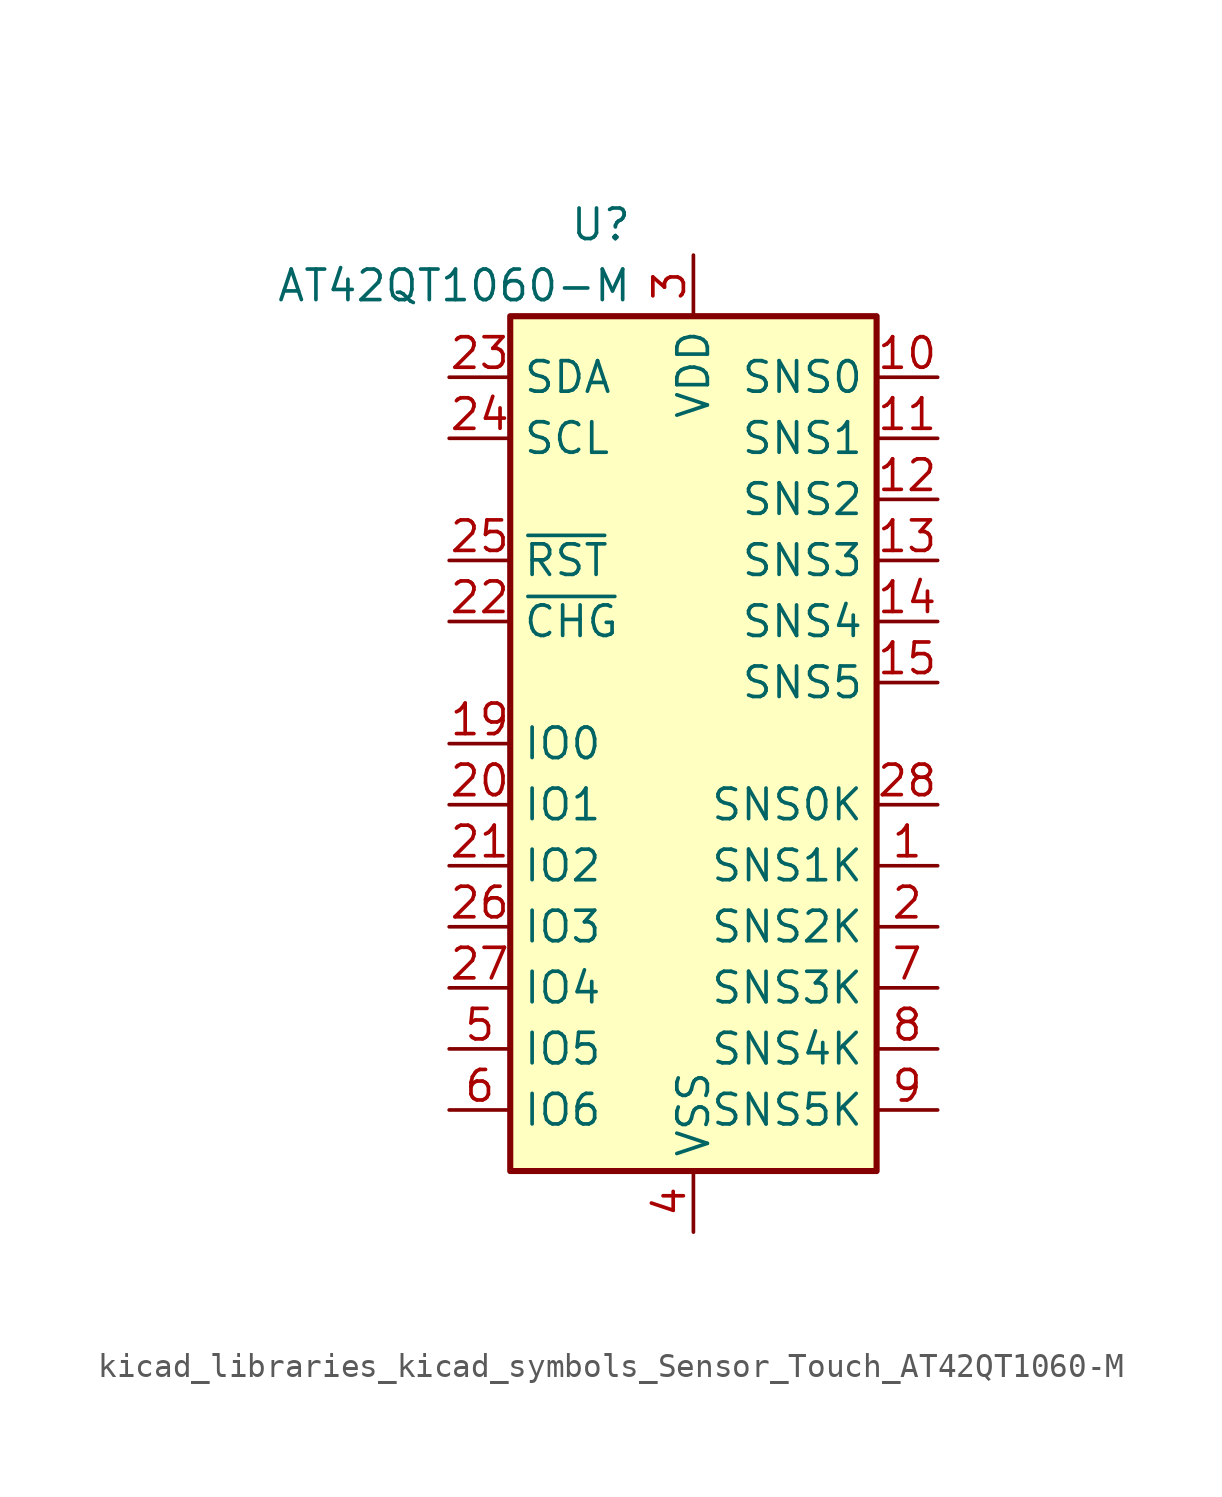
<source format=kicad_sym>
(kicad_symbol_lib
  (version 20220914)
  (generator kicad_symbol_editor)
  (symbol "kicad_libraries_kicad_symbols_Sensor_Touch_AT42QT1060-M"
    (property "Reference" "U"
      (at -2.54 21.59 0)
      (effects (font (size 1.27 1.27)) (justify right)))
    (property "Value" "AT42QT1060-M"
      (at -2.54 19.05 0)
      (effects (font (size 1.27 1.27)) (justify right)))
    (symbol "kicad_libraries_kicad_symbols_Sensor_Touch_AT42QT1060-M_0_1"
      (rectangle (start 7.62 17.78) (end -7.62 -17.78) (stroke (width 0.254) (type default)) (fill (type background))))
    (symbol "kicad_libraries_kicad_symbols_Sensor_Touch_AT42QT1060-M_1_1"
      (pin passive line (at 10.16 -5.08 180) (length 2.54) (name "SNS1K" (effects (font (size 1.27 1.27)))) (number "1" (effects (font (size 1.27 1.27)))))
      (pin passive line (at 10.16 15.24 180) (length 2.54) (name "SNS0" (effects (font (size 1.27 1.27)))) (number "10" (effects (font (size 1.27 1.27)))))
      (pin passive line (at 10.16 12.7 180) (length 2.54) (name "SNS1" (effects (font (size 1.27 1.27)))) (number "11" (effects (font (size 1.27 1.27)))))
      (pin passive line (at 10.16 10.16 180) (length 2.54) (name "SNS2" (effects (font (size 1.27 1.27)))) (number "12" (effects (font (size 1.27 1.27)))))
      (pin passive line (at 10.16 7.62 180) (length 2.54) (name "SNS3" (effects (font (size 1.27 1.27)))) (number "13" (effects (font (size 1.27 1.27)))))
      (pin passive line (at 10.16 5.08 180) (length 2.54) (name "SNS4" (effects (font (size 1.27 1.27)))) (number "14" (effects (font (size 1.27 1.27)))))
      (pin passive line (at 10.16 2.54 180) (length 2.54) (name "SNS5" (effects (font (size 1.27 1.27)))) (number "15" (effects (font (size 1.27 1.27)))))
      (pin passive line (at 0 20.32 270) (length 2.54) hide (name "VDD" (effects (font (size 1.27 1.27)))) (number "16" (effects (font (size 1.27 1.27)))))
      (pin passive line (at 0 20.32 270) (length 2.54) hide (name "VDD" (effects (font (size 1.27 1.27)))) (number "17" (effects (font (size 1.27 1.27)))))
      (pin passive line (at 0 -20.32 90) (length 2.54) hide (name "VSS" (effects (font (size 1.27 1.27)))) (number "18" (effects (font (size 1.27 1.27)))))
      (pin bidirectional line (at -10.16 0 0) (length 2.54) (name "IO0" (effects (font (size 1.27 1.27)))) (number "19" (effects (font (size 1.27 1.27)))))
      (pin passive line (at 10.16 -7.62 180) (length 2.54) (name "SNS2K" (effects (font (size 1.27 1.27)))) (number "2" (effects (font (size 1.27 1.27)))))
      (pin bidirectional line (at -10.16 -2.54 0) (length 2.54) (name "IO1" (effects (font (size 1.27 1.27)))) (number "20" (effects (font (size 1.27 1.27)))))
      (pin bidirectional line (at -10.16 -5.08 0) (length 2.54) (name "IO2" (effects (font (size 1.27 1.27)))) (number "21" (effects (font (size 1.27 1.27)))))
      (pin open_collector line (at -10.16 5.08 0) (length 2.54) (name "~{CHG}" (effects (font (size 1.27 1.27)))) (number "22" (effects (font (size 1.27 1.27)))))
      (pin bidirectional line (at -10.16 15.24 0) (length 2.54) (name "SDA" (effects (font (size 1.27 1.27)))) (number "23" (effects (font (size 1.27 1.27)))))
      (pin input line (at -10.16 12.7 0) (length 2.54) (name "SCL" (effects (font (size 1.27 1.27)))) (number "24" (effects (font (size 1.27 1.27)))))
      (pin input line (at -10.16 7.62 0) (length 2.54) (name "~{RST}" (effects (font (size 1.27 1.27)))) (number "25" (effects (font (size 1.27 1.27)))))
      (pin bidirectional line (at -10.16 -7.62 0) (length 2.54) (name "IO3" (effects (font (size 1.27 1.27)))) (number "26" (effects (font (size 1.27 1.27)))))
      (pin bidirectional line (at -10.16 -10.16 0) (length 2.54) (name "IO4" (effects (font (size 1.27 1.27)))) (number "27" (effects (font (size 1.27 1.27)))))
      (pin passive line (at 10.16 -2.54 180) (length 2.54) (name "SNS0K" (effects (font (size 1.27 1.27)))) (number "28" (effects (font (size 1.27 1.27)))))
      (pin passive line (at 0 -20.32 90) (length 2.54) hide (name "VSS" (effects (font (size 1.27 1.27)))) (number "29" (effects (font (size 1.27 1.27)))))
      (pin power_in line (at 0 20.32 270) (length 2.54) (name "VDD" (effects (font (size 1.27 1.27)))) (number "3" (effects (font (size 1.27 1.27)))))
      (pin power_in line (at 0 -20.32 90) (length 2.54) (name "VSS" (effects (font (size 1.27 1.27)))) (number "4" (effects (font (size 1.27 1.27)))))
      (pin bidirectional line (at -10.16 -12.7 0) (length 2.54) (name "IO5" (effects (font (size 1.27 1.27)))) (number "5" (effects (font (size 1.27 1.27)))))
      (pin bidirectional line (at -10.16 -15.24 0) (length 2.54) (name "IO6" (effects (font (size 1.27 1.27)))) (number "6" (effects (font (size 1.27 1.27)))))
      (pin passive line (at 10.16 -10.16 180) (length 2.54) (name "SNS3K" (effects (font (size 1.27 1.27)))) (number "7" (effects (font (size 1.27 1.27)))))
      (pin passive line (at 10.16 -12.7 180) (length 2.54) (name "SNS4K" (effects (font (size 1.27 1.27)))) (number "8" (effects (font (size 1.27 1.27)))))
      (pin passive line (at 10.16 -15.24 180) (length 2.54) (name "SNS5K" (effects (font (size 1.27 1.27)))) (number "9" (effects (font (size 1.27 1.27))))))))
</source>
